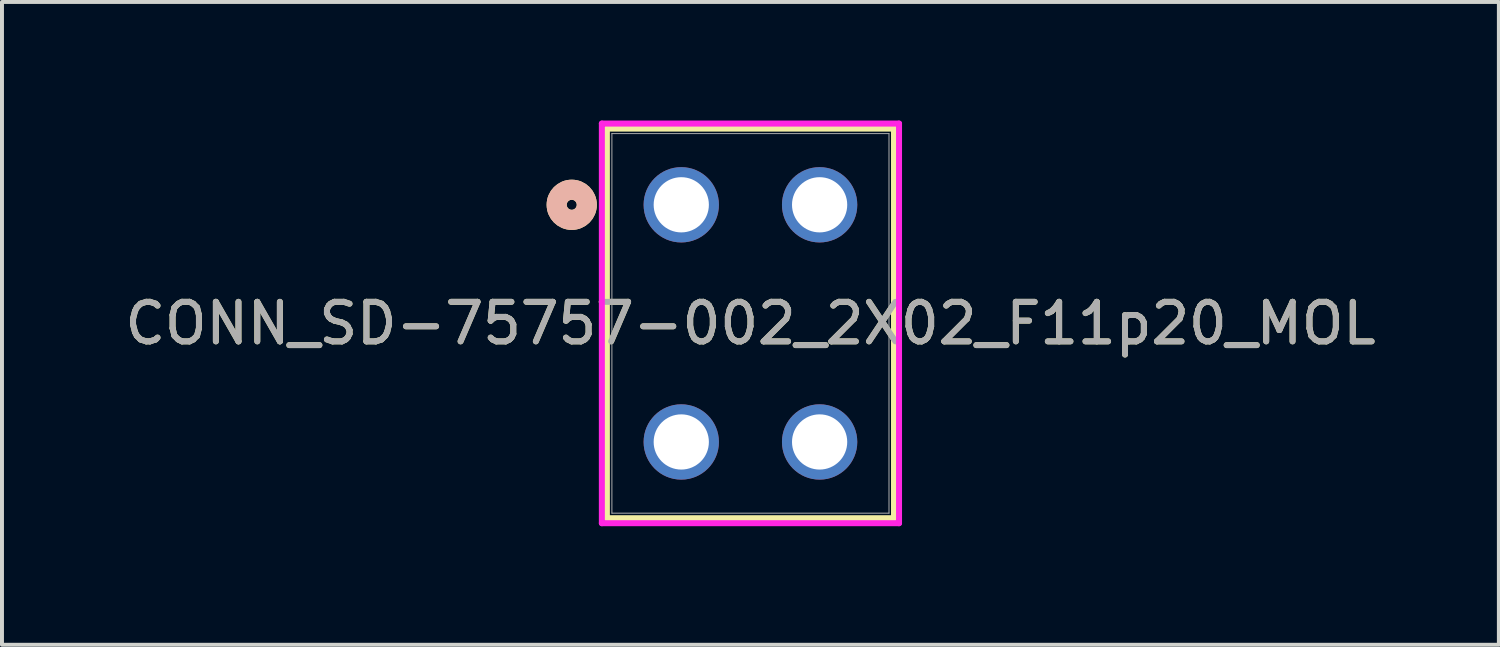
<source format=kicad_pcb>
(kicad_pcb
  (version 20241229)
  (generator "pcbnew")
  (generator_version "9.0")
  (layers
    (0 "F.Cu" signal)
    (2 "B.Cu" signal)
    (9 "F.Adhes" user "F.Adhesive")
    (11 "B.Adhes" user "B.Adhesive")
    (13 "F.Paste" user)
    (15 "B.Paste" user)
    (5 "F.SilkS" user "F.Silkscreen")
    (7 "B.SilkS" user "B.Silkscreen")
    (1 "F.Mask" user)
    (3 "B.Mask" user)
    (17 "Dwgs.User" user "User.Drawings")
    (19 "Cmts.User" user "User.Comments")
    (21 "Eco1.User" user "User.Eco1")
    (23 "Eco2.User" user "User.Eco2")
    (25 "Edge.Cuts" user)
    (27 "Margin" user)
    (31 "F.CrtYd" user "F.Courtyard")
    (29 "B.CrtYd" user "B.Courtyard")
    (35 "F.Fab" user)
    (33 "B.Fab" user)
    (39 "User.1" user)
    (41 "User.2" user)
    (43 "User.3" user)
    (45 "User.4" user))
  (footprint "CONN_SD-75757-002_2X02_F11p20_MOL"
    (layer "F.Cu")
    (at 14.185 2.131)
    (property "Reference" "CONN_SD-75757-002_2X02_F11p20_MOL" (at 1.75 3 0) (unlocked yes) (layer "F.SilkS") (effects (font (size 1 1) (thickness 0.15))))
    (attr through_hole)
    (fp_line (start -1.882 -1.928) (end -1.882 7.928) (stroke (width 0.152) (type solid)) (layer "F.SilkS"))
    (fp_line (start -1.882 7.928) (end 5.382 7.928) (stroke (width 0.152) (type solid)) (layer "F.SilkS"))
    (fp_line (start 5.382 -1.928) (end -1.882 -1.928) (stroke (width 0.152) (type solid)) (layer "F.SilkS"))
    (fp_line (start 5.382 7.928) (end 5.382 -1.928) (stroke (width 0.152) (type solid)) (layer "F.SilkS"))
    (fp_circle (center -2.771 0) (end -2.39 0) (stroke (width 0.508) (type solid)) (fill no) (layer "F.SilkS"))
    (fp_circle (center -2.771 0) (end -2.39 0) (stroke (width 0.508) (type solid)) (fill no) (layer "B.SilkS"))
    (fp_line (start -2.009 -2.055) (end -2.009 8.055) (stroke (width 0.152) (type solid)) (layer "F.CrtYd"))
    (fp_line (start -2.009 8.055) (end 5.509 8.055) (stroke (width 0.152) (type solid)) (layer "F.CrtYd"))
    (fp_line (start 5.509 -2.055) (end -2.009 -2.055) (stroke (width 0.152) (type solid)) (layer "F.CrtYd"))
    (fp_line (start 5.509 8.055) (end 5.509 -2.055) (stroke (width 0.152) (type solid)) (layer "F.CrtYd"))
    (fp_line (start -1.755 -1.801) (end -1.755 7.801) (stroke (width 0.025) (type solid)) (layer "F.Fab"))
    (fp_line (start -1.755 7.801) (end 5.255 7.801) (stroke (width 0.025) (type solid)) (layer "F.Fab"))
    (fp_line (start 5.255 -1.801) (end -1.755 -1.801) (stroke (width 0.025) (type solid)) (layer "F.Fab"))
    (fp_line (start 5.255 7.801) (end 5.255 -1.801) (stroke (width 0.025) (type solid)) (layer "F.Fab"))
    (fp_circle (center 0 0) (end 0.381 0) (stroke (width 0.508) (type solid)) (fill no) (layer "F.Fab"))
    (fp_text user "${REFERENCE}" (at 1.75 3 0) (unlocked yes) (layer "F.Fab") (effects (font (size 1 1) (thickness 0.15))))
    (pad "1" thru_hole circle (at 0 0) (size 1.905 1.905) (drill 1.397) (layers "*.Cu" "*.Mask"))
    (pad "2" thru_hole circle (at 0 6) (size 1.905 1.905) (drill 1.397) (layers "*.Cu" "*.Mask"))
    (pad "3" thru_hole circle (at 3.5 0) (size 1.905 1.905) (drill 1.397) (layers "*.Cu" "*.Mask"))
    (pad "4" thru_hole circle (at 3.5 6) (size 1.905 1.905) (drill 1.397) (layers "*.Cu" "*.Mask")))
  (gr_rect
    (start -3 -3)
    (end 34.869 13.262)
    (stroke (width 0.1) (type default))
    (fill no)
    (layer "Edge.Cuts")))
</source>
